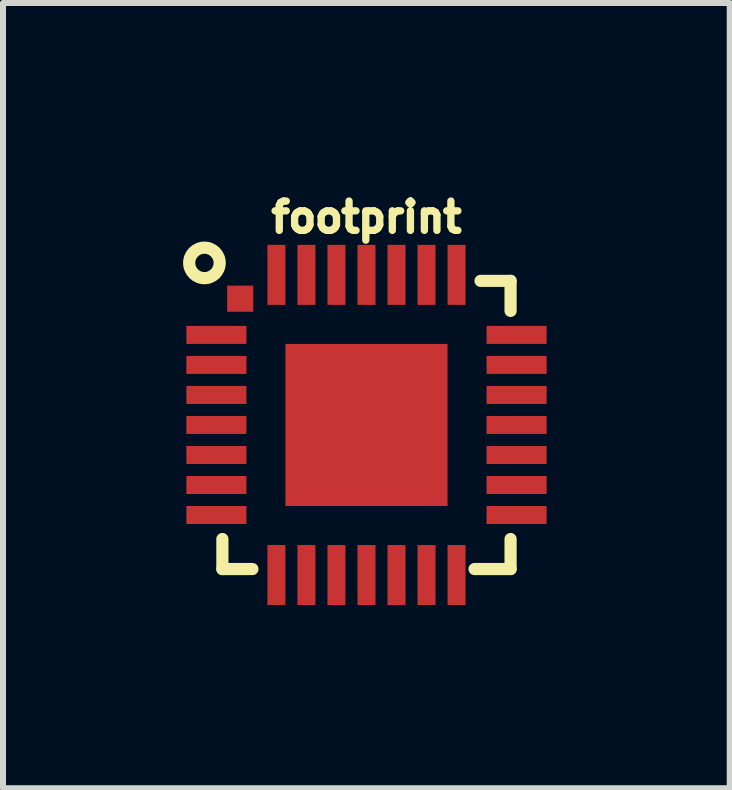
<source format=kicad_pcb>
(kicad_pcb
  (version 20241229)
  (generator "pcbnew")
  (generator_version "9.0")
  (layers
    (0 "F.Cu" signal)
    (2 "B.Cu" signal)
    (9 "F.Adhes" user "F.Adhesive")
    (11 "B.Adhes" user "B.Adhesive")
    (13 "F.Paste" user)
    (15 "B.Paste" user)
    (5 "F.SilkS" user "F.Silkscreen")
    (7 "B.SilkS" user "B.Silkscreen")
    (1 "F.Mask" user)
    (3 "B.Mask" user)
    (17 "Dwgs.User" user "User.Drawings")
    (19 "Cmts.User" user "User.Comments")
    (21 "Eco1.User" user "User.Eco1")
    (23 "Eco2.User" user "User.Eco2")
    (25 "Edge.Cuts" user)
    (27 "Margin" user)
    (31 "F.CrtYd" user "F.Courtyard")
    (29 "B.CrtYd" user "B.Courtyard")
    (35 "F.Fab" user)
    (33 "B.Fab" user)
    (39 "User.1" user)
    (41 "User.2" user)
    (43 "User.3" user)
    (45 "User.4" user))
  (footprint "footprint"
    (layer "F.Cu")
    (at 3.054 4.028)
    (property "Reference" "footprint" (at 0 -3.175 0) (layer "F.SilkS") (effects (font (size 0.488 0.488) (thickness 0.122)) (justify bottom)))
    (fp_poly (pts (xy -3.05 -1.3) (xy -2 -1.3) (xy -2 -1.7) (xy -3.05 -1.7)) (stroke (width 0) (type solid)) (fill yes) (layer "F.Mask"))
    (fp_poly (pts (xy -3.05 -0.8) (xy -2 -0.8) (xy -2 -1.2) (xy -3.05 -1.2)) (stroke (width 0) (type solid)) (fill yes) (layer "F.Mask"))
    (fp_poly (pts (xy -3.05 -0.3) (xy -2 -0.3) (xy -2 -0.7) (xy -3.05 -0.7)) (stroke (width 0) (type solid)) (fill yes) (layer "F.Mask"))
    (fp_poly (pts (xy -3.05 0.2) (xy -2 0.2) (xy -2 -0.2) (xy -3.05 -0.2)) (stroke (width 0) (type solid)) (fill yes) (layer "F.Mask"))
    (fp_poly (pts (xy -3.05 0.7) (xy -2 0.7) (xy -2 0.3) (xy -3.05 0.3)) (stroke (width 0) (type solid)) (fill yes) (layer "F.Mask"))
    (fp_poly (pts (xy -3.05 1.2) (xy -2 1.2) (xy -2 0.8) (xy -3.05 0.8)) (stroke (width 0) (type solid)) (fill yes) (layer "F.Mask"))
    (fp_poly (pts (xy -3.05 1.7) (xy -2 1.7) (xy -2 1.3) (xy -3.05 1.3)) (stroke (width 0) (type solid)) (fill yes) (layer "F.Mask"))
    (fp_poly (pts (xy -2.353 -1.853) (xy -1.853 -1.853) (xy -1.853 -2.353) (xy -2.353 -2.353)) (stroke (width 0) (type solid)) (fill yes) (layer "F.Mask"))
    (fp_poly (pts (xy -1.7 -3.05) (xy -1.7 -2) (xy -1.3 -2) (xy -1.3 -3.05)) (stroke (width 0) (type solid)) (fill yes) (layer "F.Mask"))
    (fp_poly (pts (xy -1.5 1.5) (xy 1.5 1.5) (xy 1.5 -1.5) (xy -1.5 -1.5)) (stroke (width 0) (type solid)) (fill yes) (layer "F.Mask"))
    (fp_poly (pts (xy -1.3 3.05) (xy -1.3 2) (xy -1.7 2) (xy -1.7 3.05)) (stroke (width 0) (type solid)) (fill yes) (layer "F.Mask"))
    (fp_poly (pts (xy -1.2 -3.05) (xy -1.2 -2) (xy -0.8 -2) (xy -0.8 -3.05)) (stroke (width 0) (type solid)) (fill yes) (layer "F.Mask"))
    (fp_poly (pts (xy -0.8 3.05) (xy -0.8 2) (xy -1.2 2) (xy -1.2 3.05)) (stroke (width 0) (type solid)) (fill yes) (layer "F.Mask"))
    (fp_poly (pts (xy -0.7 -3.05) (xy -0.7 -2) (xy -0.3 -2) (xy -0.3 -3.05)) (stroke (width 0) (type solid)) (fill yes) (layer "F.Mask"))
    (fp_poly (pts (xy -0.3 3.05) (xy -0.3 2) (xy -0.7 2) (xy -0.7 3.05)) (stroke (width 0) (type solid)) (fill yes) (layer "F.Mask"))
    (fp_poly (pts (xy -0.2 -3.05) (xy -0.2 -2) (xy 0.2 -2) (xy 0.2 -3.05)) (stroke (width 0) (type solid)) (fill yes) (layer "F.Mask"))
    (fp_poly (pts (xy 0.2 3.05) (xy 0.2 2) (xy -0.2 2) (xy -0.2 3.05)) (stroke (width 0) (type solid)) (fill yes) (layer "F.Mask"))
    (fp_poly (pts (xy 0.3 -3.05) (xy 0.3 -2) (xy 0.7 -2) (xy 0.7 -3.05)) (stroke (width 0) (type solid)) (fill yes) (layer "F.Mask"))
    (fp_poly (pts (xy 0.7 3.05) (xy 0.7 2) (xy 0.3 2) (xy 0.3 3.05)) (stroke (width 0) (type solid)) (fill yes) (layer "F.Mask"))
    (fp_poly (pts (xy 0.8 -3.05) (xy 0.8 -2) (xy 1.2 -2) (xy 1.2 -3.05)) (stroke (width 0) (type solid)) (fill yes) (layer "F.Mask"))
    (fp_poly (pts (xy 1.2 3.05) (xy 1.2 2) (xy 0.8 2) (xy 0.8 3.05)) (stroke (width 0) (type solid)) (fill yes) (layer "F.Mask"))
    (fp_poly (pts (xy 1.3 -3.05) (xy 1.3 -2) (xy 1.7 -2) (xy 1.7 -3.05)) (stroke (width 0) (type solid)) (fill yes) (layer "F.Mask"))
    (fp_poly (pts (xy 1.7 3.05) (xy 1.7 2) (xy 1.3 2) (xy 1.3 3.05)) (stroke (width 0) (type solid)) (fill yes) (layer "F.Mask"))
    (fp_poly (pts (xy 3.05 -1.7) (xy 2 -1.7) (xy 2 -1.3) (xy 3.05 -1.3)) (stroke (width 0) (type solid)) (fill yes) (layer "F.Mask"))
    (fp_poly (pts (xy 3.05 -1.2) (xy 2 -1.2) (xy 2 -0.8) (xy 3.05 -0.8)) (stroke (width 0) (type solid)) (fill yes) (layer "F.Mask"))
    (fp_poly (pts (xy 3.05 -0.7) (xy 2 -0.7) (xy 2 -0.3) (xy 3.05 -0.3)) (stroke (width 0) (type solid)) (fill yes) (layer "F.Mask"))
    (fp_poly (pts (xy 3.05 -0.2) (xy 2 -0.2) (xy 2 0.2) (xy 3.05 0.2)) (stroke (width 0) (type solid)) (fill yes) (layer "F.Mask"))
    (fp_poly (pts (xy 3.05 0.3) (xy 2 0.3) (xy 2 0.7) (xy 3.05 0.7)) (stroke (width 0) (type solid)) (fill yes) (layer "F.Mask"))
    (fp_poly (pts (xy 3.05 0.8) (xy 2 0.8) (xy 2 1.2) (xy 3.05 1.2)) (stroke (width 0) (type solid)) (fill yes) (layer "F.Mask"))
    (fp_poly (pts (xy 3.05 1.3) (xy 2 1.3) (xy 2 1.7) (xy 3.05 1.7)) (stroke (width 0) (type solid)) (fill yes) (layer "F.Mask"))
    (fp_line (start -2.4 2.4) (end -2.4 1.9) (stroke (width 0.203) (type solid)) (layer "F.SilkS"))
    (fp_line (start -1.9 2.4) (end -2.4 2.4) (stroke (width 0.203) (type solid)) (layer "F.SilkS"))
    (fp_line (start 1.8 2.4) (end 2.4 2.4) (stroke (width 0.203) (type solid)) (layer "F.SilkS"))
    (fp_line (start 1.9 -2.4) (end 2.4 -2.4) (stroke (width 0.203) (type solid)) (layer "F.SilkS"))
    (fp_line (start 2.4 -2.4) (end 2.4 -1.9) (stroke (width 0.203) (type solid)) (layer "F.SilkS"))
    (fp_line (start 2.4 2.4) (end 2.4 1.9) (stroke (width 0.203) (type solid)) (layer "F.SilkS"))
    (fp_circle (center -2.699 -2.699) (end -2.445 -2.699) (stroke (width 0.203) (type solid)) (fill no) (layer "F.SilkS"))
    (fp_poly (pts (xy -2.58 -1.37) (xy -2.02 -1.37) (xy -2.02 -1.63) (xy -2.58 -1.63)) (stroke (width 0) (type solid)) (fill yes) (layer "F.Paste"))
    (fp_poly (pts (xy -2.58 -0.87) (xy -2.02 -0.87) (xy -2.02 -1.13) (xy -2.58 -1.13)) (stroke (width 0) (type solid)) (fill yes) (layer "F.Paste"))
    (fp_poly (pts (xy -2.58 -0.37) (xy -2.02 -0.37) (xy -2.02 -0.63) (xy -2.58 -0.63)) (stroke (width 0) (type solid)) (fill yes) (layer "F.Paste"))
    (fp_poly (pts (xy -2.58 0.13) (xy -2.02 0.13) (xy -2.02 -0.13) (xy -2.58 -0.13)) (stroke (width 0) (type solid)) (fill yes) (layer "F.Paste"))
    (fp_poly (pts (xy -2.58 0.63) (xy -2.02 0.63) (xy -2.02 0.37) (xy -2.58 0.37)) (stroke (width 0) (type solid)) (fill yes) (layer "F.Paste"))
    (fp_poly (pts (xy -2.58 1.13) (xy -2.02 1.13) (xy -2.02 0.87) (xy -2.58 0.87)) (stroke (width 0) (type solid)) (fill yes) (layer "F.Paste"))
    (fp_poly (pts (xy -2.58 1.63) (xy -2.02 1.63) (xy -2.02 1.37) (xy -2.58 1.37)) (stroke (width 0) (type solid)) (fill yes) (layer "F.Paste"))
    (fp_poly (pts (xy -2.25 -1.95) (xy -1.95 -1.95) (xy -1.95 -2.25) (xy -2.25 -2.25)) (stroke (width 0) (type solid)) (fill yes) (layer "F.Paste"))
    (fp_poly (pts (xy -1.63 -2.58) (xy -1.63 -2.02) (xy -1.37 -2.02) (xy -1.37 -2.58)) (stroke (width 0) (type solid)) (fill yes) (layer "F.Paste"))
    (fp_poly (pts (xy -1.37 2.58) (xy -1.37 2.02) (xy -1.63 2.02) (xy -1.63 2.58)) (stroke (width 0) (type solid)) (fill yes) (layer "F.Paste"))
    (fp_poly (pts (xy -1.13 -2.58) (xy -1.13 -2.02) (xy -0.87 -2.02) (xy -0.87 -2.58)) (stroke (width 0) (type solid)) (fill yes) (layer "F.Paste"))
    (fp_poly (pts (xy -0.87 2.58) (xy -0.87 2.02) (xy -1.13 2.02) (xy -1.13 2.58)) (stroke (width 0) (type solid)) (fill yes) (layer "F.Paste"))
    (fp_poly (pts (xy -0.63 -2.58) (xy -0.63 -2.02) (xy -0.37 -2.02) (xy -0.37 -2.58)) (stroke (width 0) (type solid)) (fill yes) (layer "F.Paste"))
    (fp_poly (pts (xy -0.5 0.5) (xy 0.5 0.5) (xy 0.5 -0.5) (xy -0.5 -0.5)) (stroke (width 0) (type solid)) (fill yes) (layer "F.Paste"))
    (fp_poly (pts (xy -0.37 2.58) (xy -0.37 2.02) (xy -0.63 2.02) (xy -0.63 2.58)) (stroke (width 0) (type solid)) (fill yes) (layer "F.Paste"))
    (fp_poly (pts (xy -0.13 -2.58) (xy -0.13 -2.02) (xy 0.13 -2.02) (xy 0.13 -2.58)) (stroke (width 0) (type solid)) (fill yes) (layer "F.Paste"))
    (fp_poly (pts (xy 0.13 2.58) (xy 0.13 2.02) (xy -0.13 2.02) (xy -0.13 2.58)) (stroke (width 0) (type solid)) (fill yes) (layer "F.Paste"))
    (fp_poly (pts (xy 0.37 -2.58) (xy 0.37 -2.02) (xy 0.63 -2.02) (xy 0.63 -2.58)) (stroke (width 0) (type solid)) (fill yes) (layer "F.Paste"))
    (fp_poly (pts (xy 0.63 2.58) (xy 0.63 2.02) (xy 0.37 2.02) (xy 0.37 2.58)) (stroke (width 0) (type solid)) (fill yes) (layer "F.Paste"))
    (fp_poly (pts (xy 0.87 -2.58) (xy 0.87 -2.02) (xy 1.13 -2.02) (xy 1.13 -2.58)) (stroke (width 0) (type solid)) (fill yes) (layer "F.Paste"))
    (fp_poly (pts (xy 1.13 2.58) (xy 1.13 2.02) (xy 0.87 2.02) (xy 0.87 2.58)) (stroke (width 0) (type solid)) (fill yes) (layer "F.Paste"))
    (fp_poly (pts (xy 1.37 -2.58) (xy 1.37 -2.02) (xy 1.63 -2.02) (xy 1.63 -2.58)) (stroke (width 0) (type solid)) (fill yes) (layer "F.Paste"))
    (fp_poly (pts (xy 1.63 2.58) (xy 1.63 2.02) (xy 1.37 2.02) (xy 1.37 2.58)) (stroke (width 0) (type solid)) (fill yes) (layer "F.Paste"))
    (fp_poly (pts (xy 2.58 -1.63) (xy 2.02 -1.63) (xy 2.02 -1.37) (xy 2.58 -1.37)) (stroke (width 0) (type solid)) (fill yes) (layer "F.Paste"))
    (fp_poly (pts (xy 2.58 -1.13) (xy 2.02 -1.13) (xy 2.02 -0.87) (xy 2.58 -0.87)) (stroke (width 0) (type solid)) (fill yes) (layer "F.Paste"))
    (fp_poly (pts (xy 2.58 -0.63) (xy 2.02 -0.63) (xy 2.02 -0.37) (xy 2.58 -0.37)) (stroke (width 0) (type solid)) (fill yes) (layer "F.Paste"))
    (fp_poly (pts (xy 2.58 -0.13) (xy 2.02 -0.13) (xy 2.02 0.13) (xy 2.58 0.13)) (stroke (width 0) (type solid)) (fill yes) (layer "F.Paste"))
    (fp_poly (pts (xy 2.58 0.37) (xy 2.02 0.37) (xy 2.02 0.63) (xy 2.58 0.63)) (stroke (width 0) (type solid)) (fill yes) (layer "F.Paste"))
    (fp_poly (pts (xy 2.58 0.87) (xy 2.02 0.87) (xy 2.02 1.13) (xy 2.58 1.13)) (stroke (width 0) (type solid)) (fill yes) (layer "F.Paste"))
    (fp_poly (pts (xy 2.58 1.37) (xy 2.02 1.37) (xy 2.02 1.63) (xy 2.58 1.63)) (stroke (width 0) (type solid)) (fill yes) (layer "F.Paste"))
    (pad "1" smd rect (at -2.5 -1.5) (size 1 0.3) (layers "F.Cu"))
    (pad "2" smd rect (at -2.5 -1) (size 1 0.3) (layers "F.Cu"))
    (pad "3" smd rect (at -2.5 -0.5) (size 1 0.3) (layers "F.Cu"))
    (pad "4" smd rect (at -2.5 0) (size 1 0.3) (layers "F.Cu"))
    (pad "5" smd rect (at -2.5 0.5) (size 1 0.3) (layers "F.Cu"))
    (pad "6" smd rect (at -2.5 1) (size 1 0.3) (layers "F.Cu"))
    (pad "7" smd rect (at -2.5 1.5) (size 1 0.3) (layers "F.Cu"))
    (pad "8" smd rect (at -1.5 2.5 90) (size 1 0.3) (layers "F.Cu"))
    (pad "9" smd rect (at -1 2.5 90) (size 1 0.3) (layers "F.Cu"))
    (pad "10" smd rect (at -0.5 2.5 90) (size 1 0.3) (layers "F.Cu"))
    (pad "11" smd rect (at 0 2.5 90) (size 1 0.3) (layers "F.Cu"))
    (pad "12" smd rect (at 0.5 2.5 90) (size 1 0.3) (layers "F.Cu"))
    (pad "13" smd rect (at 1 2.5 90) (size 1 0.3) (layers "F.Cu"))
    (pad "14" smd rect (at 1.5 2.5 90) (size 1 0.3) (layers "F.Cu"))
    (pad "15" smd rect (at 2.5 1.5 180) (size 1 0.3) (layers "F.Cu"))
    (pad "16" smd rect (at 2.5 1 180) (size 1 0.3) (layers "F.Cu"))
    (pad "17" smd rect (at 2.5 0.5 180) (size 1 0.3) (layers "F.Cu"))
    (pad "18" smd rect (at 2.5 0 180) (size 1 0.3) (layers "F.Cu"))
    (pad "19" smd rect (at 2.5 -0.5 180) (size 1 0.3) (layers "F.Cu"))
    (pad "20" smd rect (at 2.5 -1 180) (size 1 0.3) (layers "F.Cu"))
    (pad "21" smd rect (at 2.5 -1.5 180) (size 1 0.3) (layers "F.Cu"))
    (pad "22" smd rect (at 1.5 -2.5 270) (size 1 0.3) (layers "F.Cu"))
    (pad "23" smd rect (at 1 -2.5 270) (size 1 0.3) (layers "F.Cu"))
    (pad "24" smd rect (at 0.5 -2.5 270) (size 1 0.3) (layers "F.Cu"))
    (pad "25" smd rect (at 0 -2.5 270) (size 1 0.3) (layers "F.Cu"))
    (pad "26" smd rect (at -0.5 -2.5 270) (size 1 0.3) (layers "F.Cu"))
    (pad "27" smd rect (at -1 -2.5 270) (size 1 0.3) (layers "F.Cu"))
    (pad "28" smd rect (at -1.5 -2.5 270) (size 1 0.3) (layers "F.Cu"))
    (pad "EXP" smd rect (at 0 0) (size 2.7 2.7) (layers "F.Cu"))
    (pad "M" smd rect (at -2.103 -2.103) (size 0.435 0.435) (layers "F.Cu")))
  (gr_rect
    (start -3 -3)
    (end 9.104 10.078)
    (stroke (width 0.1) (type default))
    (fill no)
    (layer "Edge.Cuts")))
</source>
